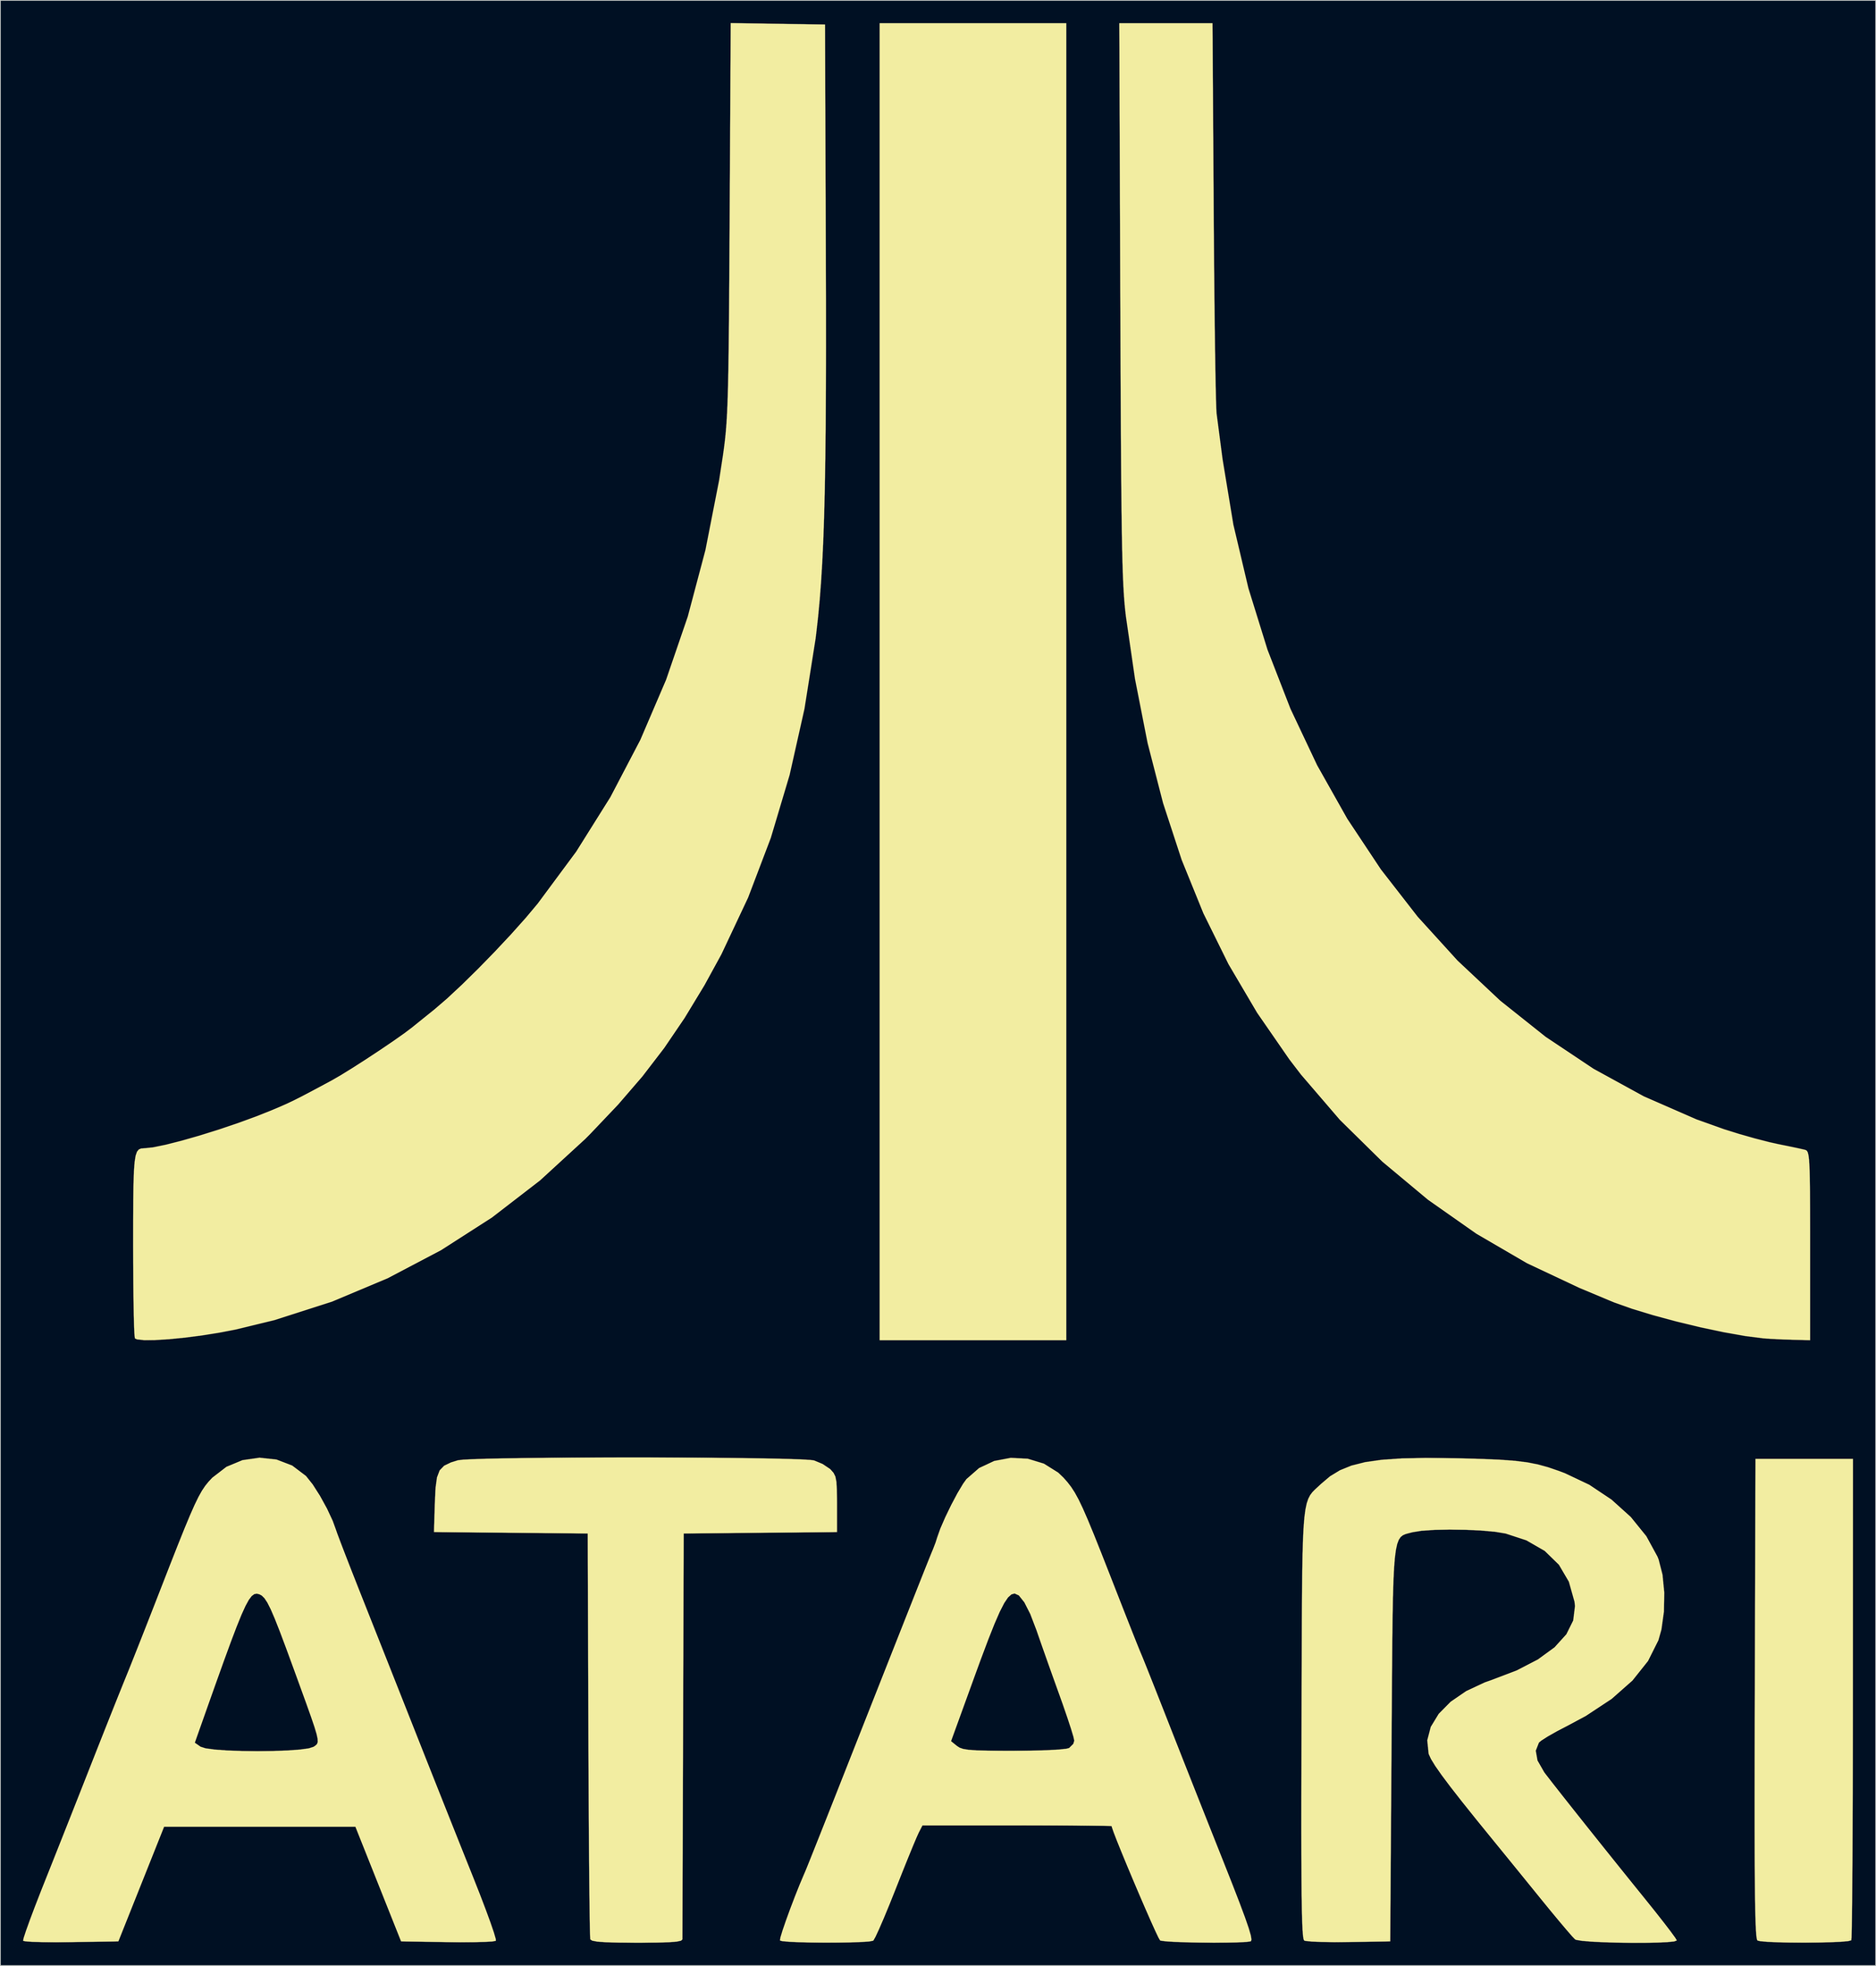
<source format=kicad_pcb>
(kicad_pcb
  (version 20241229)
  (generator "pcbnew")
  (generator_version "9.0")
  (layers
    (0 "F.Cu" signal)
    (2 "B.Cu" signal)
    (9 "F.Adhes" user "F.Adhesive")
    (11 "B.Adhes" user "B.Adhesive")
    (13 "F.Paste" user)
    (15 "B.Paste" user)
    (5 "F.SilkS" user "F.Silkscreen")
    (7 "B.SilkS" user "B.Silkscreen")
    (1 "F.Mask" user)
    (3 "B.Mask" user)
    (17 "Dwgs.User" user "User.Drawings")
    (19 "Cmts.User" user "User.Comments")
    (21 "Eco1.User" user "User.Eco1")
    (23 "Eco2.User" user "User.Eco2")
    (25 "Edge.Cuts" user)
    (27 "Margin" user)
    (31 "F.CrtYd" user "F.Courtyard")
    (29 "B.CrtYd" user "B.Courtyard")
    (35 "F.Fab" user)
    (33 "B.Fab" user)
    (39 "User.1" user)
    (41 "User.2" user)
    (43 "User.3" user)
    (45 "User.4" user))
  (footprint "Atari-Fuji"
    (layer "F.Cu")
    (at 123.931 125.963)
    (property "Reference" "Atari-Fuji" (at 0 0 0) (layer "F.SilkS") (effects (font (size 1.524 1.524) (thickness 0.3))))
    (attr through_hole)
    (fp_poly (pts (xy 14.111 48.331) (xy -10.583 48.331) (xy -10.583 -125.942) (xy 14.111 -125.942) (xy 14.111 48.331)) (stroke (width 0.01) (type solid)) (fill yes) (layer "F.SilkS"))
    (fp_poly (pts (xy 118.196 95.721) (xy 118.192 100.391) (xy 118.184 104.861) (xy 118.173 109.08) (xy 118.158 112.997) (xy 118.14 116.563) (xy 118.119 119.726) (xy 118.096 122.436) (xy 118.071 124.642) (xy 118.044 126.295) (xy 118.015 127.343) (xy 117.986 127.735) (xy 117.986 127.736) (xy 117.582 127.845) (xy 116.614 127.931) (xy 115.224 127.994) (xy 113.554 128.032) (xy 111.743 128.047) (xy 109.934 128.037) (xy 108.268 128.002) (xy 106.887 127.941) (xy 105.932 127.855) (xy 105.567 127.766) (xy 105.488 127.585) (xy 105.42 127.122) (xy 105.361 126.341) (xy 105.312 125.206) (xy 105.271 123.679) (xy 105.239 121.723) (xy 105.216 119.303) (xy 105.2 116.382) (xy 105.191 112.921) (xy 105.19 108.886) (xy 105.195 104.239) (xy 105.206 98.942) (xy 105.214 95.757) (xy 105.304 64.029) (xy 118.207 64.029) (xy 118.196 95.721)) (stroke (width 0.01) (type solid)) (fill yes) (layer "F.SilkS"))
    (fp_poly (pts (xy -40.696 63.848) (xy -37.133 63.859) (xy -33.69 63.879) (xy -30.442 63.907) (xy -27.462 63.943) (xy -24.827 63.988) (xy -22.611 64.041) (xy -20.889 64.103) (xy -19.737 64.173) (xy -19.27 64.237) (xy -18.137 64.708) (xy -17.162 65.361) (xy -17.065 65.453) (xy -16.688 65.882) (xy -16.445 66.369) (xy -16.307 67.069) (xy -16.244 68.141) (xy -16.228 69.739) (xy -16.228 70.005) (xy -16.228 73.72) (xy -26.37 73.813) (xy -36.513 73.907) (xy -36.597 100.542) (xy -36.611 104.821) (xy -36.624 108.898) (xy -36.636 112.719) (xy -36.648 116.228) (xy -36.658 119.369) (xy -36.667 122.086) (xy -36.674 124.324) (xy -36.68 126.028) (xy -36.684 127.142) (xy -36.686 127.61) (xy -36.686 127.617) (xy -36.861 127.787) (xy -37.434 127.911) (xy -38.479 127.994) (xy -40.069 128.041) (xy -42.279 128.058) (xy -42.697 128.058) (xy -45.057 128.044) (xy -46.782 127.997) (xy -47.946 127.914) (xy -48.619 127.787) (xy -48.871 127.617) (xy -48.899 127.202) (xy -48.928 126.136) (xy -48.957 124.476) (xy -48.985 122.277) (xy -49.013 119.594) (xy -49.04 116.484) (xy -49.065 113.002) (xy -49.088 109.203) (xy -49.107 105.143) (xy -49.124 100.878) (xy -49.125 100.542) (xy -49.212 73.907) (xy -59.386 73.813) (xy -69.559 73.72) (xy -69.44 69.813) (xy -69.347 67.863) (xy -69.159 66.488) (xy -68.805 65.557) (xy -68.213 64.939) (xy -67.312 64.504) (xy -66.382 64.216) (xy -65.751 64.14) (xy -64.49 64.073) (xy -62.672 64.014) (xy -60.375 63.964) (xy -57.671 63.923) (xy -54.638 63.891) (xy -51.348 63.867) (xy -47.878 63.852) (xy -44.302 63.846) (xy -40.696 63.848)) (stroke (width 0.01) (type solid)) (fill yes) (layer "F.SilkS"))
    (fp_poly (pts (xy 33.617 -100.983) (xy 33.646 -96.8) (xy 33.68 -92.787) (xy 33.718 -89.007) (xy 33.759 -85.519) (xy 33.801 -82.386) (xy 33.845 -79.67) (xy 33.89 -77.432) (xy 33.933 -75.734) (xy 33.975 -74.636) (xy 34.003 -74.26) (xy 34.143 -73.191) (xy 34.344 -71.643) (xy 34.58 -69.837) (xy 34.785 -68.263) (xy 36.215 -59.594) (xy 38.204 -51.18) (xy 40.729 -43.049) (xy 43.767 -35.233) (xy 47.296 -27.76) (xy 51.295 -20.661) (xy 55.739 -13.966) (xy 60.608 -7.703) (xy 65.879 -1.904) (xy 71.529 3.402) (xy 77.537 8.186) (xy 83.88 12.418) (xy 90.535 16.067) (xy 97.48 19.104) (xy 101.154 20.416) (xy 103.125 21.033) (xy 105.21 21.627) (xy 107.126 22.121) (xy 108.307 22.384) (xy 109.748 22.676) (xy 110.973 22.934) (xy 111.778 23.117) (xy 111.919 23.154) (xy 112.082 23.242) (xy 112.214 23.448) (xy 112.318 23.84) (xy 112.397 24.489) (xy 112.454 25.462) (xy 112.493 26.828) (xy 112.518 28.657) (xy 112.531 31.017) (xy 112.536 33.976) (xy 112.536 35.831) (xy 112.536 48.331) (xy 110.155 48.271) (xy 108.667 48.22) (xy 107.237 48.147) (xy 106.362 48.084) (xy 103.955 47.777) (xy 101.113 47.274) (xy 98.016 46.617) (xy 94.842 45.851) (xy 91.767 45.02) (xy 88.97 44.168) (xy 86.629 43.338) (xy 85.901 43.04) (xy 85.277 42.775) (xy 84.186 42.317) (xy 82.811 41.742) (xy 82.021 41.412) (xy 75.072 38.14) (xy 68.369 34.232) (xy 61.968 29.737) (xy 55.929 24.698) (xy 50.309 19.164) (xy 45.168 13.178) (xy 43.63 11.171) (xy 39.364 4.999) (xy 35.579 -1.426) (xy 32.257 -8.156) (xy 29.378 -15.244) (xy 26.923 -22.741) (xy 24.872 -30.7) (xy 23.208 -39.172) (xy 22.002 -47.449) (xy 21.902 -48.323) (xy 21.812 -49.264) (xy 21.733 -50.317) (xy 21.662 -51.528) (xy 21.6 -52.94) (xy 21.546 -54.6) (xy 21.498 -56.552) (xy 21.456 -58.842) (xy 21.42 -61.514) (xy 21.387 -64.613) (xy 21.359 -68.186) (xy 21.333 -72.275) (xy 21.309 -76.928) (xy 21.286 -82.188) (xy 21.263 -88.102) (xy 21.259 -89.165) (xy 21.128 -125.942) (xy 33.46 -125.942) (xy 33.617 -100.983)) (stroke (width 0.01) (type solid)) (fill yes) (layer "F.SilkS"))
    (fp_poly (pts (xy -17.815 -125.765) (xy -17.709 -95.956) (xy -17.69 -89.21) (xy -17.686 -83.12) (xy -17.698 -77.636) (xy -17.727 -72.709) (xy -17.775 -68.289) (xy -17.842 -64.327) (xy -17.93 -60.772) (xy -18.04 -57.575) (xy -18.174 -54.687) (xy -18.334 -52.059) (xy -18.519 -49.639) (xy -18.732 -47.38) (xy -18.974 -45.231) (xy -19.071 -44.453) (xy -20.536 -35.22) (xy -22.504 -26.46) (xy -24.987 -18.144) (xy -27.992 -10.244) (xy -31.53 -2.729) (xy -33.768 1.358) (xy -36.399 5.698) (xy -39.093 9.663) (xy -41.982 13.427) (xy -45.201 17.16) (xy -48.881 21.033) (xy -49.552 21.708) (xy -55.519 27.183) (xy -61.886 32.092) (xy -68.618 36.413) (xy -75.679 40.128) (xy -83.035 43.218) (xy -90.65 45.664) (xy -95.779 46.911) (xy -97.987 47.336) (xy -100.276 47.7) (xy -102.529 47.991) (xy -104.63 48.199) (xy -106.461 48.313) (xy -107.906 48.324) (xy -108.847 48.221) (xy -109.126 48.095) (xy -109.181 47.699) (xy -109.232 46.68) (xy -109.277 45.122) (xy -109.314 43.107) (xy -109.341 40.718) (xy -109.357 38.038) (xy -109.361 35.819) (xy -109.359 32.465) (xy -109.346 29.75) (xy -109.315 27.606) (xy -109.259 25.966) (xy -109.169 24.762) (xy -109.038 23.927) (xy -108.857 23.394) (xy -108.62 23.095) (xy -108.319 22.963) (xy -107.945 22.931) (xy -107.875 22.931) (xy -106.718 22.807) (xy -105.031 22.461) (xy -102.939 21.929) (xy -100.567 21.25) (xy -98.042 20.461) (xy -95.489 19.598) (xy -93.033 18.7) (xy -91.145 17.949) (xy -90.043 17.485) (xy -89.099 17.07) (xy -88.172 16.632) (xy -87.119 16.102) (xy -85.797 15.409) (xy -84.064 14.482) (xy -83.079 13.952) (xy -81.883 13.261) (xy -80.304 12.285) (xy -78.506 11.132) (xy -76.656 9.911) (xy -74.918 8.732) (xy -73.458 7.703) (xy -72.464 6.952) (xy -71.877 6.478) (xy -70.922 5.708) (xy -69.783 4.791) (xy -69.497 4.561) (xy -67.844 3.14) (xy -65.874 1.304) (xy -63.716 -0.816) (xy -61.5 -3.089) (xy -59.353 -5.381) (xy -57.404 -7.562) (xy -55.831 -9.44) (xy -50.735 -16.318) (xy -46.212 -23.532) (xy -42.25 -31.104) (xy -38.84 -39.06) (xy -35.971 -47.424) (xy -33.635 -56.22) (xy -31.82 -65.473) (xy -31.311 -68.792) (xy -31.171 -69.809) (xy -31.049 -70.809) (xy -30.944 -71.85) (xy -30.854 -72.989) (xy -30.778 -74.284) (xy -30.713 -75.793) (xy -30.658 -77.573) (xy -30.612 -79.681) (xy -30.572 -82.176) (xy -30.538 -85.115) (xy -30.507 -88.556) (xy -30.479 -92.556) (xy -30.45 -97.173) (xy -30.435 -99.932) (xy -30.29 -125.958) (xy -17.815 -125.765)) (stroke (width 0.01) (type solid)) (fill yes) (layer "F.SilkS"))
    (fp_poly (pts (xy -90.41 64.116) (xy -88.32 64.917) (xy -86.512 66.283) (xy -86.47 66.326) (xy -85.61 67.407) (xy -84.648 68.913) (xy -83.718 70.604) (xy -82.954 72.24) (xy -82.556 73.335) (xy -82.352 73.919) (xy -81.926 75.052) (xy -81.32 76.631) (xy -80.573 78.551) (xy -79.726 80.705) (xy -79.206 82.021) (xy -78.254 84.421) (xy -77.112 87.305) (xy -75.845 90.502) (xy -74.524 93.841) (xy -73.214 97.15) (xy -71.986 100.257) (xy -71.873 100.542) (xy -70.644 103.647) (xy -69.316 106.994) (xy -67.96 110.406) (xy -66.646 113.706) (xy -65.445 116.716) (xy -64.427 119.26) (xy -64.365 119.415) (xy -63.48 121.657) (xy -62.706 123.684) (xy -62.077 125.403) (xy -61.625 126.724) (xy -61.384 127.554) (xy -61.362 127.802) (xy -61.78 127.886) (xy -62.784 127.948) (xy -64.255 127.986) (xy -66.074 127.995) (xy -67.76 127.979) (xy -73.907 127.882) (xy -76.93 120.297) (xy -79.952 112.713) (xy -105.269 112.713) (xy -108.294 120.297) (xy -111.32 127.882) (xy -117.546 127.978) (xy -119.567 127.995) (xy -121.332 127.981) (xy -122.724 127.94) (xy -123.627 127.875) (xy -123.926 127.802) (xy -123.845 127.409) (xy -123.533 126.46) (xy -123.027 125.053) (xy -122.362 123.286) (xy -121.573 121.256) (xy -121.193 120.297) (xy -120.17 117.73) (xy -118.981 114.732) (xy -117.713 111.529) (xy -116.457 108.35) (xy -115.302 105.419) (xy -115.049 104.775) (xy -114.064 102.276) (xy -113.792 101.59) (xy -101.205 101.59) (xy -100.442 102.124) (xy -99.779 102.335) (xy -98.553 102.499) (xy -96.907 102.617) (xy -94.981 102.687) (xy -92.916 102.711) (xy -90.855 102.687) (xy -88.938 102.617) (xy -87.307 102.499) (xy -86.104 102.334) (xy -85.483 102.132) (xy -85.225 101.954) (xy -85.037 101.772) (xy -84.939 101.51) (xy -84.949 101.093) (xy -85.088 100.446) (xy -85.374 99.493) (xy -85.827 98.158) (xy -86.465 96.367) (xy -87.308 94.044) (xy -88.084 91.913) (xy -89.117 89.095) (xy -89.953 86.871) (xy -90.625 85.168) (xy -91.167 83.914) (xy -91.611 83.037) (xy -91.992 82.464) (xy -92.342 82.121) (xy -92.654 81.953) (xy -93 81.868) (xy -93.333 81.927) (xy -93.678 82.182) (xy -94.06 82.689) (xy -94.504 83.5) (xy -95.034 84.669) (xy -95.676 86.251) (xy -96.454 88.299) (xy -97.393 90.866) (xy -98.518 94.007) (xy -99.49 96.744) (xy -101.205 101.59) (xy -113.792 101.59) (xy -113.079 99.788) (xy -112.151 97.451) (xy -111.334 95.408) (xy -110.687 93.8) (xy -110.416 93.133) (xy -109.89 91.834) (xy -109.167 90.019) (xy -108.3 87.829) (xy -107.348 85.407) (xy -106.365 82.895) (xy -105.818 81.492) (xy -104.527 78.179) (xy -103.455 75.455) (xy -102.57 73.252) (xy -101.84 71.499) (xy -101.234 70.128) (xy -100.718 69.068) (xy -100.261 68.25) (xy -99.83 67.605) (xy -99.393 67.064) (xy -98.918 66.556) (xy -98.882 66.519) (xy -97.017 65.082) (xy -94.893 64.201) (xy -92.646 63.878) (xy -90.41 64.116)) (stroke (width 0.01) (type solid)) (fill yes) (layer "F.SilkS"))
    (fp_poly (pts (xy 65.448 63.942) (xy 66.24 63.959) (xy 69.193 64.042) (xy 71.57 64.146) (xy 73.498 64.29) (xy 75.106 64.492) (xy 76.522 64.771) (xy 77.875 65.145) (xy 79.294 65.632) (xy 80.081 65.928) (xy 83.31 67.458) (xy 86.251 69.42) (xy 88.802 71.72) (xy 90.864 74.267) (xy 92.337 76.969) (xy 92.488 77.348) (xy 93.004 79.356) (xy 93.238 81.745) (xy 93.19 84.249) (xy 92.862 86.603) (xy 92.458 88.037) (xy 91.084 90.78) (xy 89.024 93.365) (xy 86.28 95.788) (xy 82.855 98.049) (xy 80.488 99.318) (xy 79.045 100.069) (xy 77.818 100.764) (xy 76.96 101.312) (xy 76.652 101.573) (xy 76.232 102.646) (xy 76.461 103.946) (xy 77.344 105.489) (xy 77.523 105.73) (xy 78.448 106.925) (xy 79.742 108.572) (xy 81.327 110.576) (xy 83.127 112.84) (xy 85.067 115.269) (xy 87.07 117.768) (xy 89.059 120.24) (xy 90.752 122.335) (xy 92.059 123.964) (xy 93.196 125.411) (xy 94.095 126.586) (xy 94.685 127.398) (xy 94.897 127.755) (xy 94.897 127.755) (xy 94.567 127.884) (xy 93.663 127.978) (xy 92.318 128.04) (xy 90.663 128.072) (xy 88.829 128.073) (xy 86.948 128.046) (xy 85.152 127.992) (xy 83.571 127.913) (xy 82.339 127.809) (xy 81.585 127.682) (xy 81.437 127.617) (xy 81.046 127.209) (xy 80.297 126.348) (xy 79.271 125.132) (xy 78.051 123.659) (xy 76.891 122.237) (xy 75.405 120.406) (xy 73.89 118.54) (xy 72.475 116.8) (xy 71.292 115.347) (xy 70.725 114.653) (xy 68.381 111.77) (xy 66.464 109.375) (xy 64.939 107.423) (xy 63.773 105.867) (xy 62.931 104.662) (xy 62.379 103.763) (xy 62.082 103.122) (xy 62.058 103.048) (xy 61.877 101.278) (xy 62.341 99.497) (xy 63.392 97.772) (xy 64.974 96.17) (xy 67.031 94.759) (xy 69.504 93.604) (xy 70.318 93.319) (xy 73.715 92.027) (xy 76.522 90.571) (xy 78.718 88.971) (xy 80.281 87.246) (xy 81.19 85.418) (xy 81.424 83.506) (xy 81.362 82.939) (xy 80.615 80.285) (xy 79.295 78.037) (xy 77.416 76.208) (xy 74.992 74.812) (xy 72.242 73.911) (xy 70.857 73.682) (xy 69.032 73.517) (xy 66.956 73.419) (xy 64.819 73.389) (xy 62.807 73.431) (xy 61.112 73.547) (xy 59.92 73.739) (xy 59.881 73.75) (xy 59.413 73.869) (xy 59.006 73.981) (xy 58.656 74.133) (xy 58.357 74.371) (xy 58.106 74.742) (xy 57.897 75.295) (xy 57.727 76.075) (xy 57.59 77.13) (xy 57.482 78.506) (xy 57.398 80.252) (xy 57.335 82.414) (xy 57.287 85.038) (xy 57.249 88.173) (xy 57.218 91.864) (xy 57.188 96.16) (xy 57.156 101.107) (xy 57.15 101.937) (xy 56.974 127.882) (xy 51.506 127.97) (xy 49.588 127.982) (xy 47.905 127.959) (xy 46.589 127.904) (xy 45.774 127.822) (xy 45.59 127.769) (xy 45.507 127.587) (xy 45.435 127.129) (xy 45.374 126.358) (xy 45.323 125.233) (xy 45.283 123.714) (xy 45.252 121.763) (xy 45.23 119.341) (xy 45.216 116.407) (xy 45.211 112.924) (xy 45.213 108.85) (xy 45.223 104.147) (xy 45.238 99.106) (xy 45.254 93.878) (xy 45.267 89.308) (xy 45.282 85.348) (xy 45.302 81.95) (xy 45.332 79.068) (xy 45.375 76.653) (xy 45.435 74.658) (xy 45.516 73.036) (xy 45.622 71.738) (xy 45.757 70.717) (xy 45.925 69.925) (xy 46.13 69.315) (xy 46.376 68.839) (xy 46.666 68.45) (xy 47.005 68.1) (xy 47.396 67.741) (xy 47.844 67.326) (xy 47.861 67.31) (xy 49.02 66.331) (xy 50.322 65.541) (xy 51.842 64.923) (xy 53.658 64.465) (xy 55.85 64.152) (xy 58.493 63.97) (xy 61.667 63.905) (xy 65.448 63.942)) (stroke (width 0.01) (type solid)) (fill yes) (layer "F.SilkS"))
    (fp_poly (pts (xy 9.011 64.014) (xy 11.148 64.666) (xy 13.043 65.853) (xy 13.737 66.517) (xy 14.272 67.123) (xy 14.759 67.756) (xy 15.235 68.492) (xy 15.735 69.406) (xy 16.295 70.574) (xy 16.951 72.074) (xy 17.739 73.979) (xy 18.694 76.367) (xy 19.852 79.313) (xy 20.29 80.433) (xy 21.211 82.786) (xy 22.06 84.949) (xy 22.802 86.828) (xy 23.397 88.326) (xy 23.809 89.347) (xy 23.991 89.782) (xy 24.206 90.296) (xy 24.639 91.369) (xy 25.251 92.903) (xy 26.003 94.802) (xy 26.856 96.966) (xy 27.568 98.778) (xy 28.594 101.39) (xy 29.807 104.468) (xy 31.132 107.822) (xy 32.494 111.262) (xy 33.818 114.599) (xy 34.922 117.375) (xy 36.119 120.402) (xy 37.059 122.833) (xy 37.761 124.718) (xy 38.243 126.112) (xy 38.522 127.066) (xy 38.617 127.632) (xy 38.545 127.864) (xy 38.534 127.87) (xy 37.959 127.954) (xy 36.849 128.012) (xy 35.353 128.045) (xy 33.619 128.054) (xy 31.797 128.04) (xy 30.036 128.005) (xy 28.486 127.95) (xy 27.295 127.877) (xy 26.613 127.788) (xy 26.528 127.756) (xy 26.314 127.392) (xy 25.883 126.487) (xy 25.282 125.156) (xy 24.559 123.511) (xy 23.763 121.666) (xy 22.941 119.733) (xy 22.141 117.827) (xy 21.412 116.06) (xy 20.802 114.546) (xy 20.359 113.398) (xy 20.13 112.73) (xy 20.109 112.624) (xy 19.769 112.604) (xy 18.803 112.585) (xy 17.29 112.569) (xy 15.31 112.555) (xy 12.941 112.545) (xy 10.263 112.538) (xy 7.594 112.536) (xy -4.921 112.536) (xy -5.421 113.506) (xy -5.703 114.13) (xy -6.192 115.291) (xy -6.84 116.872) (xy -7.596 118.751) (xy -8.413 120.812) (xy -8.488 121.003) (xy -9.294 123.016) (xy -10.034 124.804) (xy -10.665 126.261) (xy -11.141 127.284) (xy -11.415 127.769) (xy -11.436 127.788) (xy -11.918 127.887) (xy -12.945 127.961) (xy -14.374 128.013) (xy -16.065 128.041) (xy -17.876 128.047) (xy -19.666 128.03) (xy -21.292 127.991) (xy -22.614 127.93) (xy -23.49 127.848) (xy -23.777 127.763) (xy -23.714 127.36) (xy -23.435 126.441) (xy -22.992 125.147) (xy -22.434 123.615) (xy -21.813 121.983) (xy -21.179 120.391) (xy -20.582 118.977) (xy -20.464 118.71) (xy -20.256 118.207) (xy -19.826 117.139) (xy -19.209 115.596) (xy -18.443 113.669) (xy -17.563 111.449) (xy -16.605 109.027) (xy -16.458 108.656) (xy -14.339 103.286) (xy -13.59 101.388) (xy -1.138 101.388) (xy -0.354 102.023) (xy -0.007 102.248) (xy 0.467 102.413) (xy 1.173 102.527) (xy 2.214 102.6) (xy 3.695 102.64) (xy 5.72 102.657) (xy 7.118 102.658) (xy 9.476 102.639) (xy 11.494 102.584) (xy 13.074 102.499) (xy 14.119 102.388) (xy 14.487 102.293) (xy 15.039 101.747) (xy 15.169 101.32) (xy 15.054 100.795) (xy 14.734 99.735) (xy 14.251 98.263) (xy 13.645 96.508) (xy 13.196 95.247) (xy 12.427 93.11) (xy 11.648 90.923) (xy 10.932 88.896) (xy 10.352 87.237) (xy 10.17 86.708) (xy 9.349 84.564) (xy 8.563 83.016) (xy 7.833 82.099) (xy 7.268 81.844) (xy 6.847 81.966) (xy 6.4 82.369) (xy 5.896 83.115) (xy 5.308 84.262) (xy 4.606 85.87) (xy 3.762 87.998) (xy 2.745 90.707) (xy 2.122 92.41) (xy -1.138 101.388) (xy -13.59 101.388) (xy -12.464 98.536) (xy -10.818 94.367) (xy -9.386 90.741) (xy -8.153 87.621) (xy -7.105 84.969) (xy -6.226 82.748) (xy -5.502 80.92) (xy -4.917 79.447) (xy -4.458 78.292) (xy -4.108 77.417) (xy -3.853 76.785) (xy -3.679 76.357) (xy -3.569 76.097) (xy -3.537 76.024) (xy -3.185 75.107) (xy -2.973 74.436) (xy -2.555 73.257) (xy -1.898 71.747) (xy -1.107 70.115) (xy -0.287 68.571) (xy 0.458 67.322) (xy 0.897 66.713) (xy 2.574 65.247) (xy 4.581 64.307) (xy 6.774 63.895) (xy 9.011 64.014)) (stroke (width 0.01) (type solid)) (fill yes) (layer "F.SilkS")))
  (gr_rect
    (start -3 -3)
    (end 245.142 257.041)
    (stroke (width 0.1) (type default))
    (fill no)
    (layer "Edge.Cuts")))
</source>
